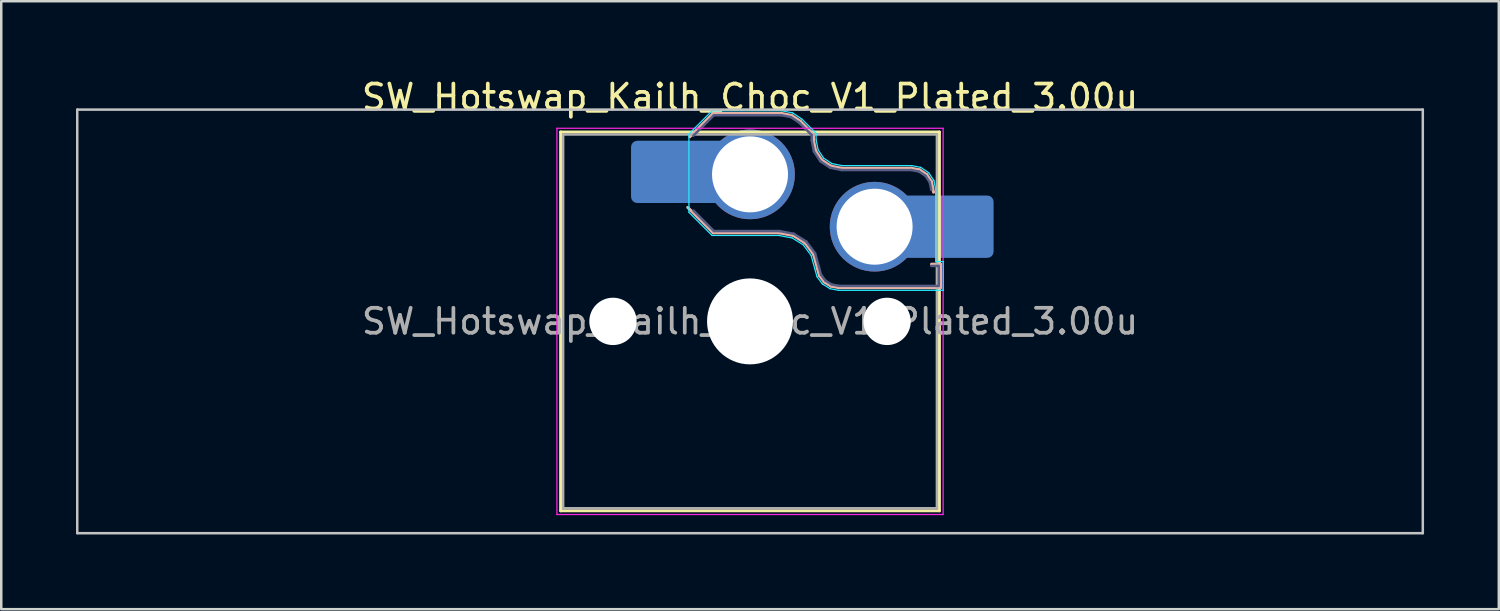
<source format=kicad_pcb>
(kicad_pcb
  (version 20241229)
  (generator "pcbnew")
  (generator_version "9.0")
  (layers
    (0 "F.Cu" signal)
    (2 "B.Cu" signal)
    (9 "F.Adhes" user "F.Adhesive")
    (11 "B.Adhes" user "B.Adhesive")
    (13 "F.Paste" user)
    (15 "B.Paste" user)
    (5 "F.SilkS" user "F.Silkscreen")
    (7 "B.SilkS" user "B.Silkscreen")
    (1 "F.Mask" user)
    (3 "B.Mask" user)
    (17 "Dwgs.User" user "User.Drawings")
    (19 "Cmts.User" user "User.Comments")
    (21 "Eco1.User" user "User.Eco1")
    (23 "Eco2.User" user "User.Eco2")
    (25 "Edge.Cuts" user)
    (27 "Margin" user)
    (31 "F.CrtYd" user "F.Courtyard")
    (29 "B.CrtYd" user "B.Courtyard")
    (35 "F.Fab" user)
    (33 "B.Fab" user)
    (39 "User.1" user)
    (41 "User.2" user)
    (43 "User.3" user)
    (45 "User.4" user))
  (footprint "SW_Hotswap_Kailh_Choc_V1_Plated_3.00u"
    (layer "F.Cu")
    (at 27.05 9.848)
    (property "Reference" "SW_Hotswap_Kailh_Choc_V1_Plated_3.00u" (at 0 -9 0) (layer "F.SilkS") (effects (font (size 1 1) (thickness 0.15))))
    (attr smd)
    (fp_line (start -7.6 -7.6) (end -7.6 7.6) (stroke (width 0.12) (type solid)) (layer "F.SilkS"))
    (fp_line (start -7.6 7.6) (end 7.6 7.6) (stroke (width 0.12) (type solid)) (layer "F.SilkS"))
    (fp_line (start 7.6 -7.6) (end -7.6 -7.6) (stroke (width 0.12) (type solid)) (layer "F.SilkS"))
    (fp_line (start 7.6 7.6) (end 7.6 -7.6) (stroke (width 0.12) (type solid)) (layer "F.SilkS"))
    (fp_line (start -2.416 -7.409) (end -1.479 -8.346) (stroke (width 0.12) (type solid)) (layer "B.SilkS"))
    (fp_line (start -1.479 -8.346) (end 1.268 -8.346) (stroke (width 0.12) (type solid)) (layer "B.SilkS"))
    (fp_line (start -1.479 -3.554) (end -2.5 -4.575) (stroke (width 0.12) (type solid)) (layer "B.SilkS"))
    (fp_line (start 1.168 -3.554) (end -1.479 -3.554) (stroke (width 0.12) (type solid)) (layer "B.SilkS"))
    (fp_line (start 1.268 -8.346) (end 1.671 -8.266) (stroke (width 0.12) (type solid)) (layer "B.SilkS"))
    (fp_line (start 1.671 -8.266) (end 2.013 -8.037) (stroke (width 0.12) (type solid)) (layer "B.SilkS"))
    (fp_line (start 1.73 -3.449) (end 1.168 -3.554) (stroke (width 0.12) (type solid)) (layer "B.SilkS"))
    (fp_line (start 2.013 -8.037) (end 2.546 -7.504) (stroke (width 0.12) (type solid)) (layer "B.SilkS"))
    (fp_line (start 2.209 -3.15) (end 1.73 -3.449) (stroke (width 0.12) (type solid)) (layer "B.SilkS"))
    (fp_line (start 2.546 -7.504) (end 2.546 -7.282) (stroke (width 0.12) (type solid)) (layer "B.SilkS"))
    (fp_line (start 2.546 -7.282) (end 2.633 -6.844) (stroke (width 0.12) (type solid)) (layer "B.SilkS"))
    (fp_line (start 2.547 -2.697) (end 2.209 -3.15) (stroke (width 0.12) (type solid)) (layer "B.SilkS"))
    (fp_line (start 2.633 -6.844) (end 2.877 -6.477) (stroke (width 0.12) (type solid)) (layer "B.SilkS"))
    (fp_line (start 2.701 -2.139) (end 2.547 -2.697) (stroke (width 0.12) (type solid)) (layer "B.SilkS"))
    (fp_line (start 2.783 -1.841) (end 2.701 -2.139) (stroke (width 0.12) (type solid)) (layer "B.SilkS"))
    (fp_line (start 2.877 -6.477) (end 3.244 -6.233) (stroke (width 0.12) (type solid)) (layer "B.SilkS"))
    (fp_line (start 2.976 -1.583) (end 2.783 -1.841) (stroke (width 0.12) (type solid)) (layer "B.SilkS"))
    (fp_line (start 3.244 -6.233) (end 3.682 -6.146) (stroke (width 0.12) (type solid)) (layer "B.SilkS"))
    (fp_line (start 3.25 -1.413) (end 2.976 -1.583) (stroke (width 0.12) (type solid)) (layer "B.SilkS"))
    (fp_line (start 3.56 -1.354) (end 3.25 -1.413) (stroke (width 0.12) (type solid)) (layer "B.SilkS"))
    (fp_line (start 3.682 -6.146) (end 6.482 -6.146) (stroke (width 0.12) (type solid)) (layer "B.SilkS"))
    (fp_line (start 6.482 -6.146) (end 6.809 -6.081) (stroke (width 0.12) (type solid)) (layer "B.SilkS"))
    (fp_line (start 6.809 -6.081) (end 7.092 -5.892) (stroke (width 0.12) (type solid)) (layer "B.SilkS"))
    (fp_line (start 7.092 -5.892) (end 7.281 -5.609) (stroke (width 0.12) (type solid)) (layer "B.SilkS"))
    (fp_line (start 7.281 -5.609) (end 7.366 -5.182) (stroke (width 0.12) (type solid)) (layer "B.SilkS"))
    (fp_line (start 7.283 -2.296) (end 7.646 -2.296) (stroke (width 0.12) (type solid)) (layer "B.SilkS"))
    (fp_line (start 7.646 -2.296) (end 7.646 -1.354) (stroke (width 0.12) (type solid)) (layer "B.SilkS"))
    (fp_line (start 7.646 -1.354) (end 3.56 -1.354) (stroke (width 0.12) (type solid)) (layer "B.SilkS"))
    (fp_line (start -27 -8.5) (end -27 8.5) (stroke (width 0.1) (type solid)) (layer "Dwgs.User"))
    (fp_line (start -27 8.5) (end 27 8.5) (stroke (width 0.1) (type solid)) (layer "Dwgs.User"))
    (fp_line (start 27 -8.5) (end -27 -8.5) (stroke (width 0.1) (type solid)) (layer "Dwgs.User"))
    (fp_line (start 27 8.5) (end 27 -8.5) (stroke (width 0.1) (type solid)) (layer "Dwgs.User"))
    (fp_line (start -7.25 -7.25) (end -7.25 7.25) (stroke (width 0.1) (type solid)) (layer "Eco1.User"))
    (fp_line (start -7.25 7.25) (end 7.25 7.25) (stroke (width 0.1) (type solid)) (layer "Eco1.User"))
    (fp_line (start 7.25 -7.25) (end -7.25 -7.25) (stroke (width 0.1) (type solid)) (layer "Eco1.User"))
    (fp_line (start 7.25 7.25) (end 7.25 -7.25) (stroke (width 0.1) (type solid)) (layer "Eco1.User"))
    (fp_line (start -2.452 -7.523) (end -1.523 -8.452) (stroke (width 0.05) (type solid)) (layer "B.CrtYd"))
    (fp_line (start -2.452 -4.377) (end -2.452 -7.523) (stroke (width 0.05) (type solid)) (layer "B.CrtYd"))
    (fp_line (start -1.523 -8.452) (end 1.278 -8.452) (stroke (width 0.05) (type solid)) (layer "B.CrtYd"))
    (fp_line (start -1.523 -3.448) (end -2.452 -4.377) (stroke (width 0.05) (type solid)) (layer "B.CrtYd"))
    (fp_line (start 1.159 -3.448) (end -1.523 -3.448) (stroke (width 0.05) (type solid)) (layer "B.CrtYd"))
    (fp_line (start 1.278 -8.452) (end 1.712 -8.366) (stroke (width 0.05) (type solid)) (layer "B.CrtYd"))
    (fp_line (start 1.691 -3.348) (end 1.159 -3.448) (stroke (width 0.05) (type solid)) (layer "B.CrtYd"))
    (fp_line (start 1.712 -8.366) (end 2.081 -8.119) (stroke (width 0.05) (type solid)) (layer "B.CrtYd"))
    (fp_line (start 2.081 -8.119) (end 2.652 -7.548) (stroke (width 0.05) (type solid)) (layer "B.CrtYd"))
    (fp_line (start 2.136 -3.071) (end 1.691 -3.348) (stroke (width 0.05) (type solid)) (layer "B.CrtYd"))
    (fp_line (start 2.45 -2.65) (end 2.136 -3.071) (stroke (width 0.05) (type solid)) (layer "B.CrtYd"))
    (fp_line (start 2.599 -2.111) (end 2.45 -2.65) (stroke (width 0.05) (type solid)) (layer "B.CrtYd"))
    (fp_line (start 2.652 -7.548) (end 2.652 -7.292) (stroke (width 0.05) (type solid)) (layer "B.CrtYd"))
    (fp_line (start 2.652 -7.292) (end 2.733 -6.885) (stroke (width 0.05) (type solid)) (layer "B.CrtYd"))
    (fp_line (start 2.687 -1.794) (end 2.599 -2.111) (stroke (width 0.05) (type solid)) (layer "B.CrtYd"))
    (fp_line (start 2.733 -6.885) (end 2.953 -6.553) (stroke (width 0.05) (type solid)) (layer "B.CrtYd"))
    (fp_line (start 2.903 -1.503) (end 2.687 -1.794) (stroke (width 0.05) (type solid)) (layer "B.CrtYd"))
    (fp_line (start 2.953 -6.553) (end 3.285 -6.333) (stroke (width 0.05) (type solid)) (layer "B.CrtYd"))
    (fp_line (start 3.211 -1.312) (end 2.903 -1.503) (stroke (width 0.05) (type solid)) (layer "B.CrtYd"))
    (fp_line (start 3.285 -6.333) (end 3.692 -6.252) (stroke (width 0.05) (type solid)) (layer "B.CrtYd"))
    (fp_line (start 3.55 -1.248) (end 3.211 -1.312) (stroke (width 0.05) (type solid)) (layer "B.CrtYd"))
    (fp_line (start 3.692 -6.252) (end 6.492 -6.252) (stroke (width 0.05) (type solid)) (layer "B.CrtYd"))
    (fp_line (start 6.492 -6.252) (end 6.85 -6.181) (stroke (width 0.05) (type solid)) (layer "B.CrtYd"))
    (fp_line (start 6.85 -6.181) (end 7.168 -5.968) (stroke (width 0.05) (type solid)) (layer "B.CrtYd"))
    (fp_line (start 7.168 -5.968) (end 7.381 -5.65) (stroke (width 0.05) (type solid)) (layer "B.CrtYd"))
    (fp_line (start 7.381 -5.65) (end 7.452 -5.292) (stroke (width 0.05) (type solid)) (layer "B.CrtYd"))
    (fp_line (start 7.452 -5.292) (end 7.452 -2.402) (stroke (width 0.05) (type solid)) (layer "B.CrtYd"))
    (fp_line (start 7.452 -2.402) (end 7.752 -2.402) (stroke (width 0.05) (type solid)) (layer "B.CrtYd"))
    (fp_line (start 7.752 -2.402) (end 7.752 -1.248) (stroke (width 0.05) (type solid)) (layer "B.CrtYd"))
    (fp_line (start 7.752 -1.248) (end 3.55 -1.248) (stroke (width 0.05) (type solid)) (layer "B.CrtYd"))
    (fp_line (start -7.75 -7.75) (end -7.75 7.75) (stroke (width 0.05) (type solid)) (layer "F.CrtYd"))
    (fp_line (start -7.75 7.75) (end 7.75 7.75) (stroke (width 0.05) (type solid)) (layer "F.CrtYd"))
    (fp_line (start 7.75 -7.75) (end -7.75 -7.75) (stroke (width 0.05) (type solid)) (layer "F.CrtYd"))
    (fp_line (start 7.75 7.75) (end 7.75 -7.75) (stroke (width 0.05) (type solid)) (layer "F.CrtYd"))
    (fp_line (start -2.275 -7.45) (end -1.45 -8.275) (stroke (width 0.1) (type solid)) (layer "B.Fab"))
    (fp_line (start -1.45 -8.275) (end 1.261 -8.275) (stroke (width 0.1) (type solid)) (layer "B.Fab"))
    (fp_line (start -1.45 -3.625) (end -2.275 -4.45) (stroke (width 0.1) (type solid)) (layer "B.Fab"))
    (fp_line (start 1.175 -3.625) (end -1.45 -3.625) (stroke (width 0.1) (type solid)) (layer "B.Fab"))
    (fp_line (start 1.261 -8.275) (end 1.643 -8.199) (stroke (width 0.1) (type solid)) (layer "B.Fab"))
    (fp_line (start 1.643 -8.199) (end 1.968 -7.982) (stroke (width 0.1) (type solid)) (layer "B.Fab"))
    (fp_line (start 1.756 -3.516) (end 1.175 -3.625) (stroke (width 0.1) (type solid)) (layer "B.Fab"))
    (fp_line (start 1.968 -7.982) (end 2.475 -7.475) (stroke (width 0.1) (type solid)) (layer "B.Fab"))
    (fp_line (start 2.258 -3.203) (end 1.756 -3.516) (stroke (width 0.1) (type solid)) (layer "B.Fab"))
    (fp_line (start 2.475 -7.475) (end 2.475 -7.275) (stroke (width 0.1) (type solid)) (layer "B.Fab"))
    (fp_line (start 2.475 -7.275) (end 2.566 -6.816) (stroke (width 0.1) (type solid)) (layer "B.Fab"))
    (fp_line (start 2.566 -6.816) (end 2.826 -6.426) (stroke (width 0.1) (type solid)) (layer "B.Fab"))
    (fp_line (start 2.612 -2.729) (end 2.258 -3.203) (stroke (width 0.1) (type solid)) (layer "B.Fab"))
    (fp_line (start 2.769 -2.158) (end 2.612 -2.729) (stroke (width 0.1) (type solid)) (layer "B.Fab"))
    (fp_line (start 2.826 -6.426) (end 3.216 -6.166) (stroke (width 0.1) (type solid)) (layer "B.Fab"))
    (fp_line (start 2.848 -1.873) (end 2.769 -2.158) (stroke (width 0.1) (type solid)) (layer "B.Fab"))
    (fp_line (start 3.025 -1.636) (end 2.848 -1.873) (stroke (width 0.1) (type solid)) (layer "B.Fab"))
    (fp_line (start 3.216 -6.166) (end 3.675 -6.075) (stroke (width 0.1) (type solid)) (layer "B.Fab"))
    (fp_line (start 3.276 -1.48) (end 3.025 -1.636) (stroke (width 0.1) (type solid)) (layer "B.Fab"))
    (fp_line (start 3.567 -1.425) (end 3.276 -1.48) (stroke (width 0.1) (type solid)) (layer "B.Fab"))
    (fp_line (start 3.675 -6.075) (end 6.475 -6.075) (stroke (width 0.1) (type solid)) (layer "B.Fab"))
    (fp_line (start 6.475 -6.075) (end 6.781 -6.014) (stroke (width 0.1) (type solid)) (layer "B.Fab"))
    (fp_line (start 6.781 -6.014) (end 7.041 -5.841) (stroke (width 0.1) (type solid)) (layer "B.Fab"))
    (fp_line (start 7.041 -5.841) (end 7.214 -5.581) (stroke (width 0.1) (type solid)) (layer "B.Fab"))
    (fp_line (start 7.214 -5.581) (end 7.275 -5.275) (stroke (width 0.1) (type solid)) (layer "B.Fab"))
    (fp_line (start 7.275 -2.225) (end 7.575 -2.225) (stroke (width 0.1) (type solid)) (layer "B.Fab"))
    (fp_line (start 7.575 -2.225) (end 7.575 -1.425) (stroke (width 0.1) (type solid)) (layer "B.Fab"))
    (fp_line (start 7.575 -1.425) (end 3.567 -1.425) (stroke (width 0.1) (type solid)) (layer "B.Fab"))
    (fp_line (start -7.5 -7.5) (end -7.5 7.5) (stroke (width 0.1) (type solid)) (layer "F.Fab"))
    (fp_line (start -7.5 7.5) (end 7.5 7.5) (stroke (width 0.1) (type solid)) (layer "F.Fab"))
    (fp_line (start 7.5 -7.5) (end -7.5 -7.5) (stroke (width 0.1) (type solid)) (layer "F.Fab"))
    (fp_line (start 7.5 7.5) (end 7.5 -7.5) (stroke (width 0.1) (type solid)) (layer "F.Fab"))
    (fp_text user "${REFERENCE}" (at 0 0 0) (layer "F.Fab") (effects (font (size 1 1) (thickness 0.15))))
    (pad "" np_thru_hole circle (at -5.5 0) (size 1.9 1.9) (drill 1.9) (layers "*.Cu" "*.Mask"))
    (pad "" smd roundrect (at -3.5 -6) (size 2.55 2.5) (layers "B.Mask" "B.Paste") (roundrect_rratio 0.1))
    (pad "" np_thru_hole circle (at 0 0) (size 3.45 3.45) (drill 3.45) (layers "*.Cu" "*.Mask"))
    (pad "" np_thru_hole circle (at 5.5 0) (size 1.9 1.9) (drill 1.9) (layers "*.Cu" "*.Mask"))
    (pad "" smd roundrect (at 8.5 -3.8) (size 2.55 2.5) (layers "B.Mask" "B.Paste") (roundrect_rratio 0.1))
    (pad "1" smd roundrect (at -2.85 -6) (size 3.85 2.5) (layers "B.Cu") (roundrect_rratio 0.1))
    (pad "1" thru_hole circle (at 0 -5.9) (size 3.6 3.6) (drill 3.05) (layers "*.Cu" "*.Mask"))
    (pad "2" thru_hole circle (at 5 -3.8) (size 3.6 3.6) (drill 3.05) (layers "*.Cu" "*.Mask"))
    (pad "2" smd roundrect (at 7.85 -3.8) (size 3.85 2.5) (layers "B.Cu") (roundrect_rratio 0.1)))
  (gr_rect
    (start -3 -3)
    (end 57.1 21.398)
    (stroke (width 0.1) (type default))
    (fill no)
    (layer "Edge.Cuts")))
</source>
